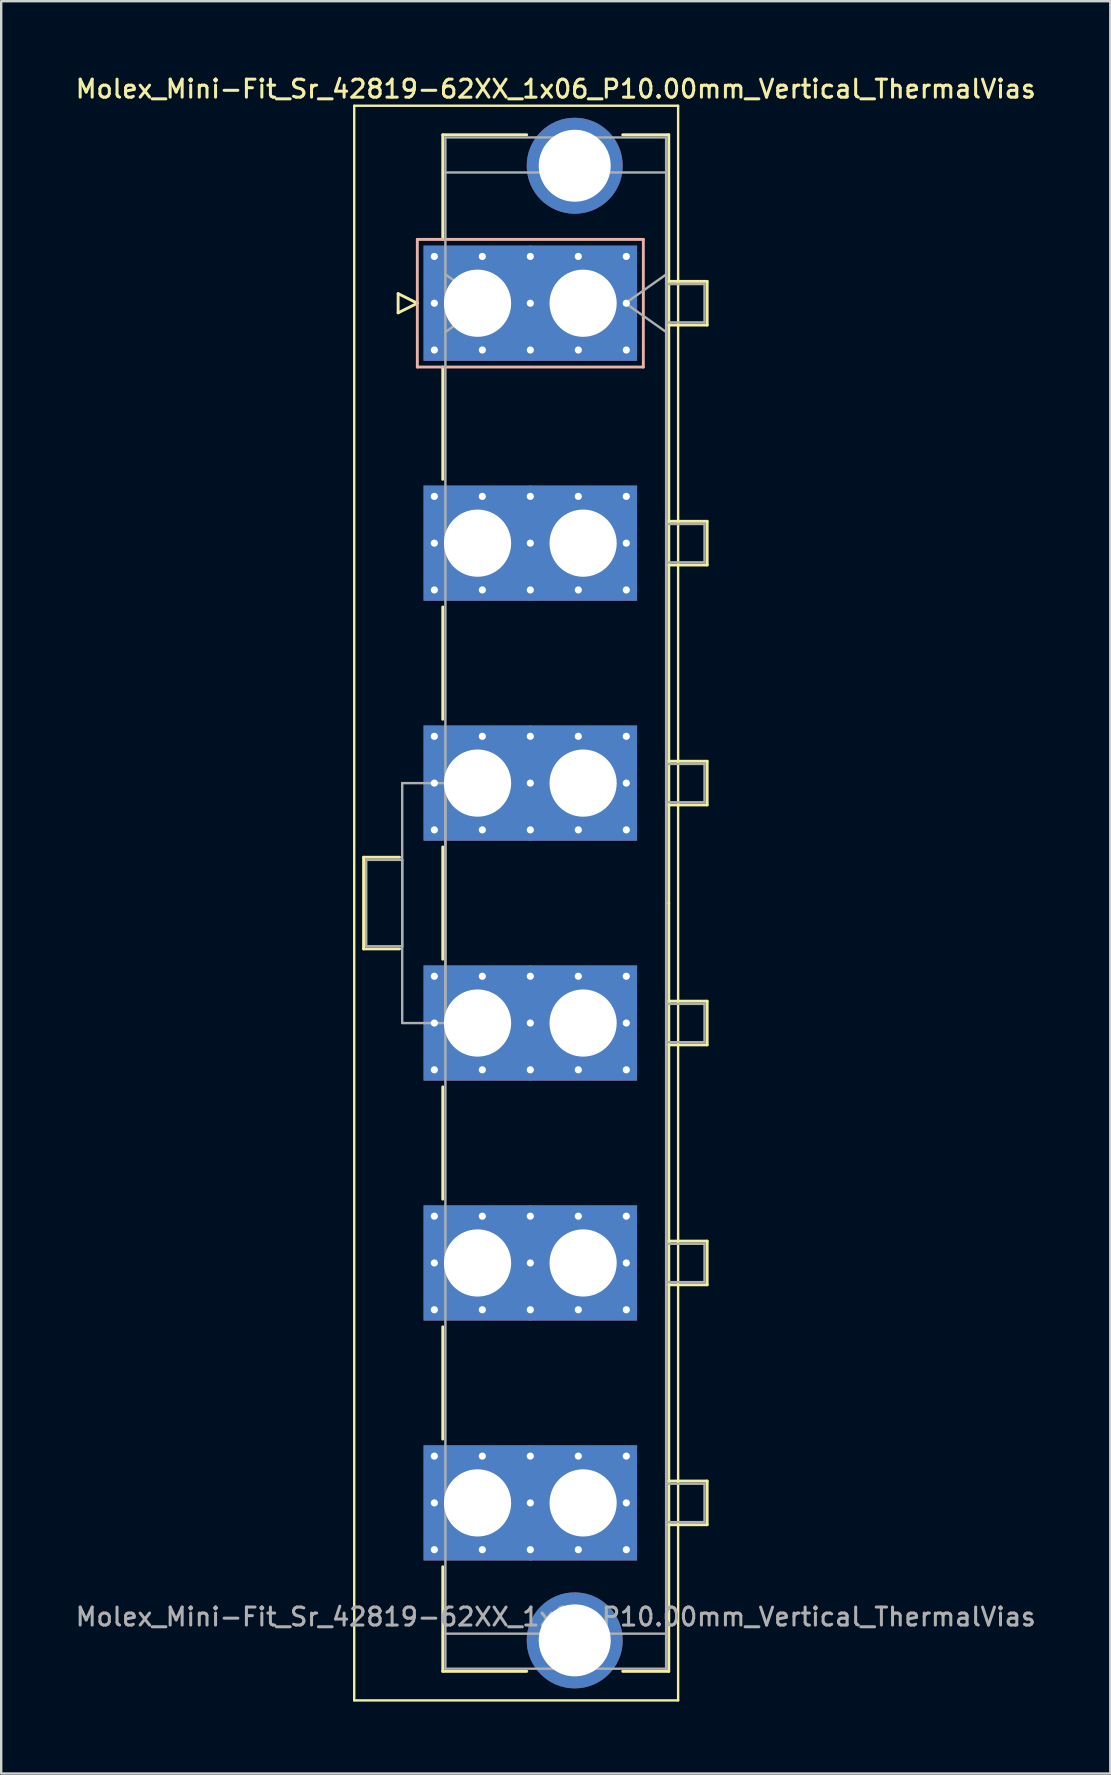
<source format=kicad_pcb>
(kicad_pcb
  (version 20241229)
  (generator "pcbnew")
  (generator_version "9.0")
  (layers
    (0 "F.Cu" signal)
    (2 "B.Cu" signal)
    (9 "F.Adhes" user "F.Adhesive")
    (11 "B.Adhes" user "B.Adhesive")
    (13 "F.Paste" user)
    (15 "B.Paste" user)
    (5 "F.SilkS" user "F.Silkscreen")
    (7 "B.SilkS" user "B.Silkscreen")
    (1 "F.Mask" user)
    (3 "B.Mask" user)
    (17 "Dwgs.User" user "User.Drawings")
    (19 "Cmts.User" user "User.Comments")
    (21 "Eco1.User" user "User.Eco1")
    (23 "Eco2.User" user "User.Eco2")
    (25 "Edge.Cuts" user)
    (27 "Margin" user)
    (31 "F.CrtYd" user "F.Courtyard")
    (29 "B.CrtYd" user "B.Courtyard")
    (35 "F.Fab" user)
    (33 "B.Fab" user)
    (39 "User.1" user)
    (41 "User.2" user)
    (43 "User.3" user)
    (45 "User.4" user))
  (footprint "Molex_Mini-Fit_Sr_42819-62XX_1x06_P10.00mm_Vertical_ThermalVias"
    (layer "F.Cu")
    (at 16.853 9.588)
    (property "Reference" "Molex_Mini-Fit_Sr_42819-62XX_1x06_P10.00mm_Vertical_ThermalVias" (at 3.26 -8.93 0) (layer "F.SilkS") (effects (font (size 0.75 0.75) (thickness 0.125))))
    (attr through_hole)
    (fp_line (start -5.14 -8.23) (end -5.14 58.23) (stroke (width 0.1) (type solid)) (layer "F.SilkS"))
    (fp_line (start -5.14 58.23) (end 8.36 58.23) (stroke (width 0.1) (type solid)) (layer "F.SilkS"))
    (fp_line (start -4.75 23.09) (end -4.75 26.91) (stroke (width 0.12) (type solid)) (layer "F.SilkS"))
    (fp_line (start -4.75 26.91) (end -3.25 26.91) (stroke (width 0.12) (type solid)) (layer "F.SilkS"))
    (fp_line (start -3.31 -0.4) (end -3.31 0.4) (stroke (width 0.12) (type solid)) (layer "F.SilkS"))
    (fp_line (start -3.31 0.4) (end -2.51 0) (stroke (width 0.12) (type solid)) (layer "F.SilkS"))
    (fp_line (start -3.25 23.09) (end -4.75 23.09) (stroke (width 0.12) (type solid)) (layer "F.SilkS"))
    (fp_line (start -2.51 0) (end -3.31 -0.4) (stroke (width 0.12) (type solid)) (layer "F.SilkS"))
    (fp_line (start -1.45 -7.02) (end 2.05 -7.02) (stroke (width 0.12) (type solid)) (layer "F.SilkS"))
    (fp_line (start -1.45 -2.66) (end -1.45 -7.02) (stroke (width 0.12) (type solid)) (layer "F.SilkS"))
    (fp_line (start -1.45 2.66) (end -1.45 7.34) (stroke (width 0.12) (type solid)) (layer "F.SilkS"))
    (fp_line (start -1.45 12.66) (end -1.45 17.34) (stroke (width 0.12) (type solid)) (layer "F.SilkS"))
    (fp_line (start -1.45 22.66) (end -1.45 27.34) (stroke (width 0.12) (type solid)) (layer "F.SilkS"))
    (fp_line (start -1.45 32.66) (end -1.45 37.34) (stroke (width 0.12) (type solid)) (layer "F.SilkS"))
    (fp_line (start -1.45 42.66) (end -1.45 47.34) (stroke (width 0.12) (type solid)) (layer "F.SilkS"))
    (fp_line (start -1.45 52.66) (end -1.45 57.02) (stroke (width 0.12) (type solid)) (layer "F.SilkS"))
    (fp_line (start -1.45 57.02) (end 2.05 57.02) (stroke (width 0.12) (type solid)) (layer "F.SilkS"))
    (fp_line (start 6.05 -7.02) (end 7.97 -7.02) (stroke (width 0.12) (type solid)) (layer "F.SilkS"))
    (fp_line (start 6.05 57.02) (end 7.97 57.02) (stroke (width 0.12) (type solid)) (layer "F.SilkS"))
    (fp_line (start 7.97 -7.02) (end 7.97 25) (stroke (width 0.12) (type solid)) (layer "F.SilkS"))
    (fp_line (start 7.97 -0.91) (end 9.57 -0.91) (stroke (width 0.12) (type solid)) (layer "F.SilkS"))
    (fp_line (start 7.97 9.09) (end 9.57 9.09) (stroke (width 0.12) (type solid)) (layer "F.SilkS"))
    (fp_line (start 7.97 19.09) (end 9.57 19.09) (stroke (width 0.12) (type solid)) (layer "F.SilkS"))
    (fp_line (start 7.97 29.09) (end 9.57 29.09) (stroke (width 0.12) (type solid)) (layer "F.SilkS"))
    (fp_line (start 7.97 39.09) (end 9.57 39.09) (stroke (width 0.12) (type solid)) (layer "F.SilkS"))
    (fp_line (start 7.97 49.09) (end 9.57 49.09) (stroke (width 0.12) (type solid)) (layer "F.SilkS"))
    (fp_line (start 7.97 57.02) (end 7.97 25) (stroke (width 0.12) (type solid)) (layer "F.SilkS"))
    (fp_line (start 8.36 -8.23) (end -5.14 -8.23) (stroke (width 0.1) (type solid)) (layer "F.SilkS"))
    (fp_line (start 8.36 58.23) (end 8.36 -8.23) (stroke (width 0.1) (type solid)) (layer "F.SilkS"))
    (fp_line (start 9.57 -0.91) (end 9.57 0.91) (stroke (width 0.12) (type solid)) (layer "F.SilkS"))
    (fp_line (start 9.57 0.91) (end 7.97 0.91) (stroke (width 0.12) (type solid)) (layer "F.SilkS"))
    (fp_line (start 9.57 9.09) (end 9.57 10.91) (stroke (width 0.12) (type solid)) (layer "F.SilkS"))
    (fp_line (start 9.57 10.91) (end 7.97 10.91) (stroke (width 0.12) (type solid)) (layer "F.SilkS"))
    (fp_line (start 9.57 19.09) (end 9.57 20.91) (stroke (width 0.12) (type solid)) (layer "F.SilkS"))
    (fp_line (start 9.57 20.91) (end 7.97 20.91) (stroke (width 0.12) (type solid)) (layer "F.SilkS"))
    (fp_line (start 9.57 29.09) (end 9.57 30.91) (stroke (width 0.12) (type solid)) (layer "F.SilkS"))
    (fp_line (start 9.57 30.91) (end 7.97 30.91) (stroke (width 0.12) (type solid)) (layer "F.SilkS"))
    (fp_line (start 9.57 39.09) (end 9.57 40.91) (stroke (width 0.12) (type solid)) (layer "F.SilkS"))
    (fp_line (start 9.57 40.91) (end 7.97 40.91) (stroke (width 0.12) (type solid)) (layer "F.SilkS"))
    (fp_line (start 9.57 49.09) (end 9.57 50.91) (stroke (width 0.12) (type solid)) (layer "F.SilkS"))
    (fp_line (start 9.57 50.91) (end 7.97 50.91) (stroke (width 0.12) (type solid)) (layer "F.SilkS"))
    (fp_line (start -2.51 -2.66) (end -2.51 2.66) (stroke (width 0.12) (type solid)) (layer "B.SilkS"))
    (fp_line (start -2.51 2.66) (end 6.91 2.66) (stroke (width 0.12) (type solid)) (layer "B.SilkS"))
    (fp_line (start 6.91 -2.66) (end -2.51 -2.66) (stroke (width 0.12) (type solid)) (layer "B.SilkS"))
    (fp_line (start 6.91 2.66) (end 6.91 -2.66) (stroke (width 0.12) (type solid)) (layer "B.SilkS"))
    (fp_line (start -4.64 23.2) (end -3.14 23.2) (stroke (width 0.1) (type solid)) (layer "F.Fab"))
    (fp_line (start -4.64 26.8) (end -4.64 23.2) (stroke (width 0.1) (type solid)) (layer "F.Fab"))
    (fp_line (start -3.14 20) (end -1.34 20) (stroke (width 0.1) (type solid)) (layer "F.Fab"))
    (fp_line (start -3.14 23.2) (end -3.14 26.8) (stroke (width 0.1) (type solid)) (layer "F.Fab"))
    (fp_line (start -3.14 26.8) (end -4.64 26.8) (stroke (width 0.1) (type solid)) (layer "F.Fab"))
    (fp_line (start -3.14 30) (end -3.14 20) (stroke (width 0.1) (type solid)) (layer "F.Fab"))
    (fp_line (start -1.34 -6.91) (end -1.34 56.91) (stroke (width 0.1) (type solid)) (layer "F.Fab"))
    (fp_line (start -1.34 -5.45) (end 7.86 -5.45) (stroke (width 0.1) (type solid)) (layer "F.Fab"))
    (fp_line (start -1.34 -1.2) (end 0.357 0) (stroke (width 0.1) (type solid)) (layer "F.Fab"))
    (fp_line (start -1.34 20) (end -1.34 30) (stroke (width 0.1) (type solid)) (layer "F.Fab"))
    (fp_line (start -1.34 30) (end -3.14 30) (stroke (width 0.1) (type solid)) (layer "F.Fab"))
    (fp_line (start -1.34 55.45) (end 7.86 55.45) (stroke (width 0.1) (type solid)) (layer "F.Fab"))
    (fp_line (start -1.34 56.91) (end 7.86 56.91) (stroke (width 0.1) (type solid)) (layer "F.Fab"))
    (fp_line (start 0.357 0) (end -1.34 1.2) (stroke (width 0.1) (type solid)) (layer "F.Fab"))
    (fp_line (start 6.163 0) (end 7.86 1.2) (stroke (width 0.1) (type solid)) (layer "F.Fab"))
    (fp_line (start 7.86 -6.91) (end -1.34 -6.91) (stroke (width 0.1) (type solid)) (layer "F.Fab"))
    (fp_line (start 7.86 -1.2) (end 6.163 0) (stroke (width 0.1) (type solid)) (layer "F.Fab"))
    (fp_line (start 7.86 -0.8) (end 9.46 -0.8) (stroke (width 0.1) (type solid)) (layer "F.Fab"))
    (fp_line (start 7.86 9.2) (end 9.46 9.2) (stroke (width 0.1) (type solid)) (layer "F.Fab"))
    (fp_line (start 7.86 19.2) (end 9.46 19.2) (stroke (width 0.1) (type solid)) (layer "F.Fab"))
    (fp_line (start 7.86 29.2) (end 9.46 29.2) (stroke (width 0.1) (type solid)) (layer "F.Fab"))
    (fp_line (start 7.86 39.2) (end 9.46 39.2) (stroke (width 0.1) (type solid)) (layer "F.Fab"))
    (fp_line (start 7.86 49.2) (end 9.46 49.2) (stroke (width 0.1) (type solid)) (layer "F.Fab"))
    (fp_line (start 7.86 56.91) (end 7.86 -6.91) (stroke (width 0.1) (type solid)) (layer "F.Fab"))
    (fp_line (start 9.46 -0.8) (end 9.46 0.8) (stroke (width 0.1) (type solid)) (layer "F.Fab"))
    (fp_line (start 9.46 0.8) (end 7.86 0.8) (stroke (width 0.1) (type solid)) (layer "F.Fab"))
    (fp_line (start 9.46 9.2) (end 9.46 10.8) (stroke (width 0.1) (type solid)) (layer "F.Fab"))
    (fp_line (start 9.46 10.8) (end 7.86 10.8) (stroke (width 0.1) (type solid)) (layer "F.Fab"))
    (fp_line (start 9.46 19.2) (end 9.46 20.8) (stroke (width 0.1) (type solid)) (layer "F.Fab"))
    (fp_line (start 9.46 20.8) (end 7.86 20.8) (stroke (width 0.1) (type solid)) (layer "F.Fab"))
    (fp_line (start 9.46 29.2) (end 9.46 30.8) (stroke (width 0.1) (type solid)) (layer "F.Fab"))
    (fp_line (start 9.46 30.8) (end 7.86 30.8) (stroke (width 0.1) (type solid)) (layer "F.Fab"))
    (fp_line (start 9.46 39.2) (end 9.46 40.8) (stroke (width 0.1) (type solid)) (layer "F.Fab"))
    (fp_line (start 9.46 40.8) (end 7.86 40.8) (stroke (width 0.1) (type solid)) (layer "F.Fab"))
    (fp_line (start 9.46 49.2) (end 9.46 50.8) (stroke (width 0.1) (type solid)) (layer "F.Fab"))
    (fp_line (start 9.46 50.8) (end 7.86 50.8) (stroke (width 0.1) (type solid)) (layer "F.Fab"))
    (fp_text user "${REFERENCE}" (at 3.26 54.75 0) (layer "F.Fab") (effects (font (size 0.75 0.75) (thickness 0.125))))
    (pad "" thru_hole circle (at 4.05 -5.73) (size 4 4) (drill 3) (layers "*.Cu" "*.Mask"))
    (pad "" thru_hole circle (at 4.05 55.73) (size 4 4) (drill 3) (layers "*.Cu" "*.Mask"))
    (pad "1" thru_hole roundrect (at -1.8 -1.95) (size 0.6 0.6) (drill 0.3) (layers "*.Cu" "*.Mask") (roundrect_rratio 0.25))
    (pad "1" thru_hole roundrect (at -1.8 0) (size 0.6 0.6) (drill 0.3) (layers "*.Cu" "*.Mask") (roundrect_rratio 0.25))
    (pad "1" thru_hole roundrect (at -1.8 1.95) (size 0.6 0.6) (drill 0.3) (layers "*.Cu" "*.Mask") (roundrect_rratio 0.25))
    (pad "1" thru_hole rect (at 0 0) (size 4.5 4.8) (drill 2.8) (layers "*.Cu" "*.Mask"))
    (pad "1" thru_hole roundrect (at 0.2 -1.95) (size 0.6 0.6) (drill 0.3) (layers "*.Cu" "*.Mask") (roundrect_rratio 0.25))
    (pad "1" thru_hole roundrect (at 0.2 1.95) (size 0.6 0.6) (drill 0.3) (layers "*.Cu" "*.Mask") (roundrect_rratio 0.25))
    (pad "1" thru_hole roundrect (at 2.2 -1.95) (size 0.6 0.6) (drill 0.3) (layers "*.Cu" "*.Mask") (roundrect_rratio 0.25))
    (pad "1" thru_hole roundrect (at 2.2 0) (size 0.6 0.6) (drill 0.3) (layers "*.Cu" "*.Mask") (roundrect_rratio 0.25))
    (pad "1" thru_hole roundrect (at 2.2 1.95) (size 0.6 0.6) (drill 0.3) (layers "*.Cu" "*.Mask") (roundrect_rratio 0.25))
    (pad "1" thru_hole roundrect (at 4.2 -1.95) (size 0.6 0.6) (drill 0.3) (layers "*.Cu" "*.Mask") (roundrect_rratio 0.25))
    (pad "1" thru_hole roundrect (at 4.2 1.95) (size 0.6 0.6) (drill 0.3) (layers "*.Cu" "*.Mask") (roundrect_rratio 0.25))
    (pad "1" thru_hole rect (at 4.4 0) (size 4.5 4.8) (drill 2.8) (layers "*.Cu" "*.Mask"))
    (pad "1" thru_hole roundrect (at 6.2 -1.95) (size 0.6 0.6) (drill 0.3) (layers "*.Cu" "*.Mask") (roundrect_rratio 0.25))
    (pad "1" thru_hole roundrect (at 6.2 0) (size 0.6 0.6) (drill 0.3) (layers "*.Cu" "*.Mask") (roundrect_rratio 0.25))
    (pad "1" thru_hole roundrect (at 6.2 1.95) (size 0.6 0.6) (drill 0.3) (layers "*.Cu" "*.Mask") (roundrect_rratio 0.25))
    (pad "2" thru_hole circle (at -1.8 8.05) (size 0.6 0.6) (drill 0.3) (layers "*.Cu" "*.Mask"))
    (pad "2" thru_hole circle (at -1.8 10) (size 0.6 0.6) (drill 0.3) (layers "*.Cu" "*.Mask"))
    (pad "2" thru_hole circle (at -1.8 11.95) (size 0.6 0.6) (drill 0.3) (layers "*.Cu" "*.Mask"))
    (pad "2" thru_hole rect (at 0 10) (size 4.5 4.8) (drill 2.8) (layers "*.Cu" "*.Mask"))
    (pad "2" thru_hole circle (at 0.2 8.05) (size 0.6 0.6) (drill 0.3) (layers "*.Cu" "*.Mask"))
    (pad "2" thru_hole circle (at 0.2 11.95) (size 0.6 0.6) (drill 0.3) (layers "*.Cu" "*.Mask"))
    (pad "2" thru_hole circle (at 2.2 8.05) (size 0.6 0.6) (drill 0.3) (layers "*.Cu" "*.Mask"))
    (pad "2" thru_hole circle (at 2.2 10) (size 0.6 0.6) (drill 0.3) (layers "*.Cu" "*.Mask"))
    (pad "2" thru_hole circle (at 2.2 11.95) (size 0.6 0.6) (drill 0.3) (layers "*.Cu" "*.Mask"))
    (pad "2" thru_hole circle (at 4.2 8.05) (size 0.6 0.6) (drill 0.3) (layers "*.Cu" "*.Mask"))
    (pad "2" thru_hole circle (at 4.2 11.95) (size 0.6 0.6) (drill 0.3) (layers "*.Cu" "*.Mask"))
    (pad "2" thru_hole rect (at 4.4 10) (size 4.5 4.8) (drill 2.8) (layers "*.Cu" "*.Mask"))
    (pad "2" thru_hole circle (at 6.2 8.05) (size 0.6 0.6) (drill 0.3) (layers "*.Cu" "*.Mask"))
    (pad "2" thru_hole circle (at 6.2 10) (size 0.6 0.6) (drill 0.3) (layers "*.Cu" "*.Mask"))
    (pad "2" thru_hole circle (at 6.2 11.95) (size 0.6 0.6) (drill 0.3) (layers "*.Cu" "*.Mask"))
    (pad "3" thru_hole circle (at -1.8 18.05) (size 0.6 0.6) (drill 0.3) (layers "*.Cu" "*.Mask"))
    (pad "3" thru_hole circle (at -1.8 20) (size 0.6 0.6) (drill 0.3) (layers "*.Cu" "*.Mask"))
    (pad "3" thru_hole circle (at -1.8 21.95) (size 0.6 0.6) (drill 0.3) (layers "*.Cu" "*.Mask"))
    (pad "3" thru_hole rect (at 0 20) (size 4.5 4.8) (drill 2.8) (layers "*.Cu" "*.Mask"))
    (pad "3" thru_hole circle (at 0.2 18.05) (size 0.6 0.6) (drill 0.3) (layers "*.Cu" "*.Mask"))
    (pad "3" thru_hole circle (at 0.2 21.95) (size 0.6 0.6) (drill 0.3) (layers "*.Cu" "*.Mask"))
    (pad "3" thru_hole circle (at 2.2 18.05) (size 0.6 0.6) (drill 0.3) (layers "*.Cu" "*.Mask"))
    (pad "3" thru_hole circle (at 2.2 20) (size 0.6 0.6) (drill 0.3) (layers "*.Cu" "*.Mask"))
    (pad "3" thru_hole circle (at 2.2 21.95) (size 0.6 0.6) (drill 0.3) (layers "*.Cu" "*.Mask"))
    (pad "3" thru_hole circle (at 4.2 18.05) (size 0.6 0.6) (drill 0.3) (layers "*.Cu" "*.Mask"))
    (pad "3" thru_hole circle (at 4.2 21.95) (size 0.6 0.6) (drill 0.3) (layers "*.Cu" "*.Mask"))
    (pad "3" thru_hole rect (at 4.4 20) (size 4.5 4.8) (drill 2.8) (layers "*.Cu" "*.Mask"))
    (pad "3" thru_hole circle (at 6.2 18.05) (size 0.6 0.6) (drill 0.3) (layers "*.Cu" "*.Mask"))
    (pad "3" thru_hole circle (at 6.2 20) (size 0.6 0.6) (drill 0.3) (layers "*.Cu" "*.Mask"))
    (pad "3" thru_hole circle (at 6.2 21.95) (size 0.6 0.6) (drill 0.3) (layers "*.Cu" "*.Mask"))
    (pad "4" thru_hole circle (at -1.8 28.05) (size 0.6 0.6) (drill 0.3) (layers "*.Cu" "*.Mask"))
    (pad "4" thru_hole circle (at -1.8 30) (size 0.6 0.6) (drill 0.3) (layers "*.Cu" "*.Mask"))
    (pad "4" thru_hole circle (at -1.8 31.95) (size 0.6 0.6) (drill 0.3) (layers "*.Cu" "*.Mask"))
    (pad "4" thru_hole rect (at 0 30) (size 4.5 4.8) (drill 2.8) (layers "*.Cu" "*.Mask"))
    (pad "4" thru_hole circle (at 0.2 28.05) (size 0.6 0.6) (drill 0.3) (layers "*.Cu" "*.Mask"))
    (pad "4" thru_hole circle (at 0.2 31.95) (size 0.6 0.6) (drill 0.3) (layers "*.Cu" "*.Mask"))
    (pad "4" thru_hole circle (at 2.2 28.05) (size 0.6 0.6) (drill 0.3) (layers "*.Cu" "*.Mask"))
    (pad "4" thru_hole circle (at 2.2 30) (size 0.6 0.6) (drill 0.3) (layers "*.Cu" "*.Mask"))
    (pad "4" thru_hole circle (at 2.2 31.95) (size 0.6 0.6) (drill 0.3) (layers "*.Cu" "*.Mask"))
    (pad "4" thru_hole circle (at 4.2 28.05) (size 0.6 0.6) (drill 0.3) (layers "*.Cu" "*.Mask"))
    (pad "4" thru_hole circle (at 4.2 31.95) (size 0.6 0.6) (drill 0.3) (layers "*.Cu" "*.Mask"))
    (pad "4" thru_hole rect (at 4.4 30) (size 4.5 4.8) (drill 2.8) (layers "*.Cu" "*.Mask"))
    (pad "4" thru_hole circle (at 6.2 28.05) (size 0.6 0.6) (drill 0.3) (layers "*.Cu" "*.Mask"))
    (pad "4" thru_hole circle (at 6.2 30) (size 0.6 0.6) (drill 0.3) (layers "*.Cu" "*.Mask"))
    (pad "4" thru_hole circle (at 6.2 31.95) (size 0.6 0.6) (drill 0.3) (layers "*.Cu" "*.Mask"))
    (pad "5" thru_hole circle (at -1.8 38.05) (size 0.6 0.6) (drill 0.3) (layers "*.Cu" "*.Mask"))
    (pad "5" thru_hole circle (at -1.8 40) (size 0.6 0.6) (drill 0.3) (layers "*.Cu" "*.Mask"))
    (pad "5" thru_hole circle (at -1.8 41.95) (size 0.6 0.6) (drill 0.3) (layers "*.Cu" "*.Mask"))
    (pad "5" thru_hole rect (at 0 40) (size 4.5 4.8) (drill 2.8) (layers "*.Cu" "*.Mask"))
    (pad "5" thru_hole circle (at 0.2 38.05) (size 0.6 0.6) (drill 0.3) (layers "*.Cu" "*.Mask"))
    (pad "5" thru_hole circle (at 0.2 41.95) (size 0.6 0.6) (drill 0.3) (layers "*.Cu" "*.Mask"))
    (pad "5" thru_hole circle (at 2.2 38.05) (size 0.6 0.6) (drill 0.3) (layers "*.Cu" "*.Mask"))
    (pad "5" thru_hole circle (at 2.2 40) (size 0.6 0.6) (drill 0.3) (layers "*.Cu" "*.Mask"))
    (pad "5" thru_hole circle (at 2.2 41.95) (size 0.6 0.6) (drill 0.3) (layers "*.Cu" "*.Mask"))
    (pad "5" thru_hole circle (at 4.2 38.05) (size 0.6 0.6) (drill 0.3) (layers "*.Cu" "*.Mask"))
    (pad "5" thru_hole circle (at 4.2 41.95) (size 0.6 0.6) (drill 0.3) (layers "*.Cu" "*.Mask"))
    (pad "5" thru_hole rect (at 4.4 40) (size 4.5 4.8) (drill 2.8) (layers "*.Cu" "*.Mask"))
    (pad "5" thru_hole circle (at 6.2 38.05) (size 0.6 0.6) (drill 0.3) (layers "*.Cu" "*.Mask"))
    (pad "5" thru_hole circle (at 6.2 40) (size 0.6 0.6) (drill 0.3) (layers "*.Cu" "*.Mask"))
    (pad "5" thru_hole circle (at 6.2 41.95) (size 0.6 0.6) (drill 0.3) (layers "*.Cu" "*.Mask"))
    (pad "6" thru_hole circle (at -1.8 48.05) (size 0.6 0.6) (drill 0.3) (layers "*.Cu" "*.Mask"))
    (pad "6" thru_hole circle (at -1.8 50) (size 0.6 0.6) (drill 0.3) (layers "*.Cu" "*.Mask"))
    (pad "6" thru_hole circle (at -1.8 51.95) (size 0.6 0.6) (drill 0.3) (layers "*.Cu" "*.Mask"))
    (pad "6" thru_hole rect (at 0 50) (size 4.5 4.8) (drill 2.8) (layers "*.Cu" "*.Mask"))
    (pad "6" thru_hole circle (at 0.2 48.05) (size 0.6 0.6) (drill 0.3) (layers "*.Cu" "*.Mask"))
    (pad "6" thru_hole circle (at 0.2 51.95) (size 0.6 0.6) (drill 0.3) (layers "*.Cu" "*.Mask"))
    (pad "6" thru_hole circle (at 2.2 48.05) (size 0.6 0.6) (drill 0.3) (layers "*.Cu" "*.Mask"))
    (pad "6" thru_hole circle (at 2.2 50) (size 0.6 0.6) (drill 0.3) (layers "*.Cu" "*.Mask"))
    (pad "6" thru_hole circle (at 2.2 51.95) (size 0.6 0.6) (drill 0.3) (layers "*.Cu" "*.Mask"))
    (pad "6" thru_hole circle (at 4.2 48.05) (size 0.6 0.6) (drill 0.3) (layers "*.Cu" "*.Mask"))
    (pad "6" thru_hole circle (at 4.2 51.95) (size 0.6 0.6) (drill 0.3) (layers "*.Cu" "*.Mask"))
    (pad "6" thru_hole rect (at 4.4 50) (size 4.5 4.8) (drill 2.8) (layers "*.Cu" "*.Mask"))
    (pad "6" thru_hole circle (at 6.2 48.05) (size 0.6 0.6) (drill 0.3) (layers "*.Cu" "*.Mask"))
    (pad "6" thru_hole circle (at 6.2 50) (size 0.6 0.6) (drill 0.3) (layers "*.Cu" "*.Mask"))
    (pad "6" thru_hole circle (at 6.2 51.95) (size 0.6 0.6) (drill 0.3) (layers "*.Cu" "*.Mask")))
  (gr_rect
    (start -3 -3)
    (end 43.225 70.868)
    (stroke (width 0.1) (type default))
    (fill no)
    (layer "Edge.Cuts")))
</source>
